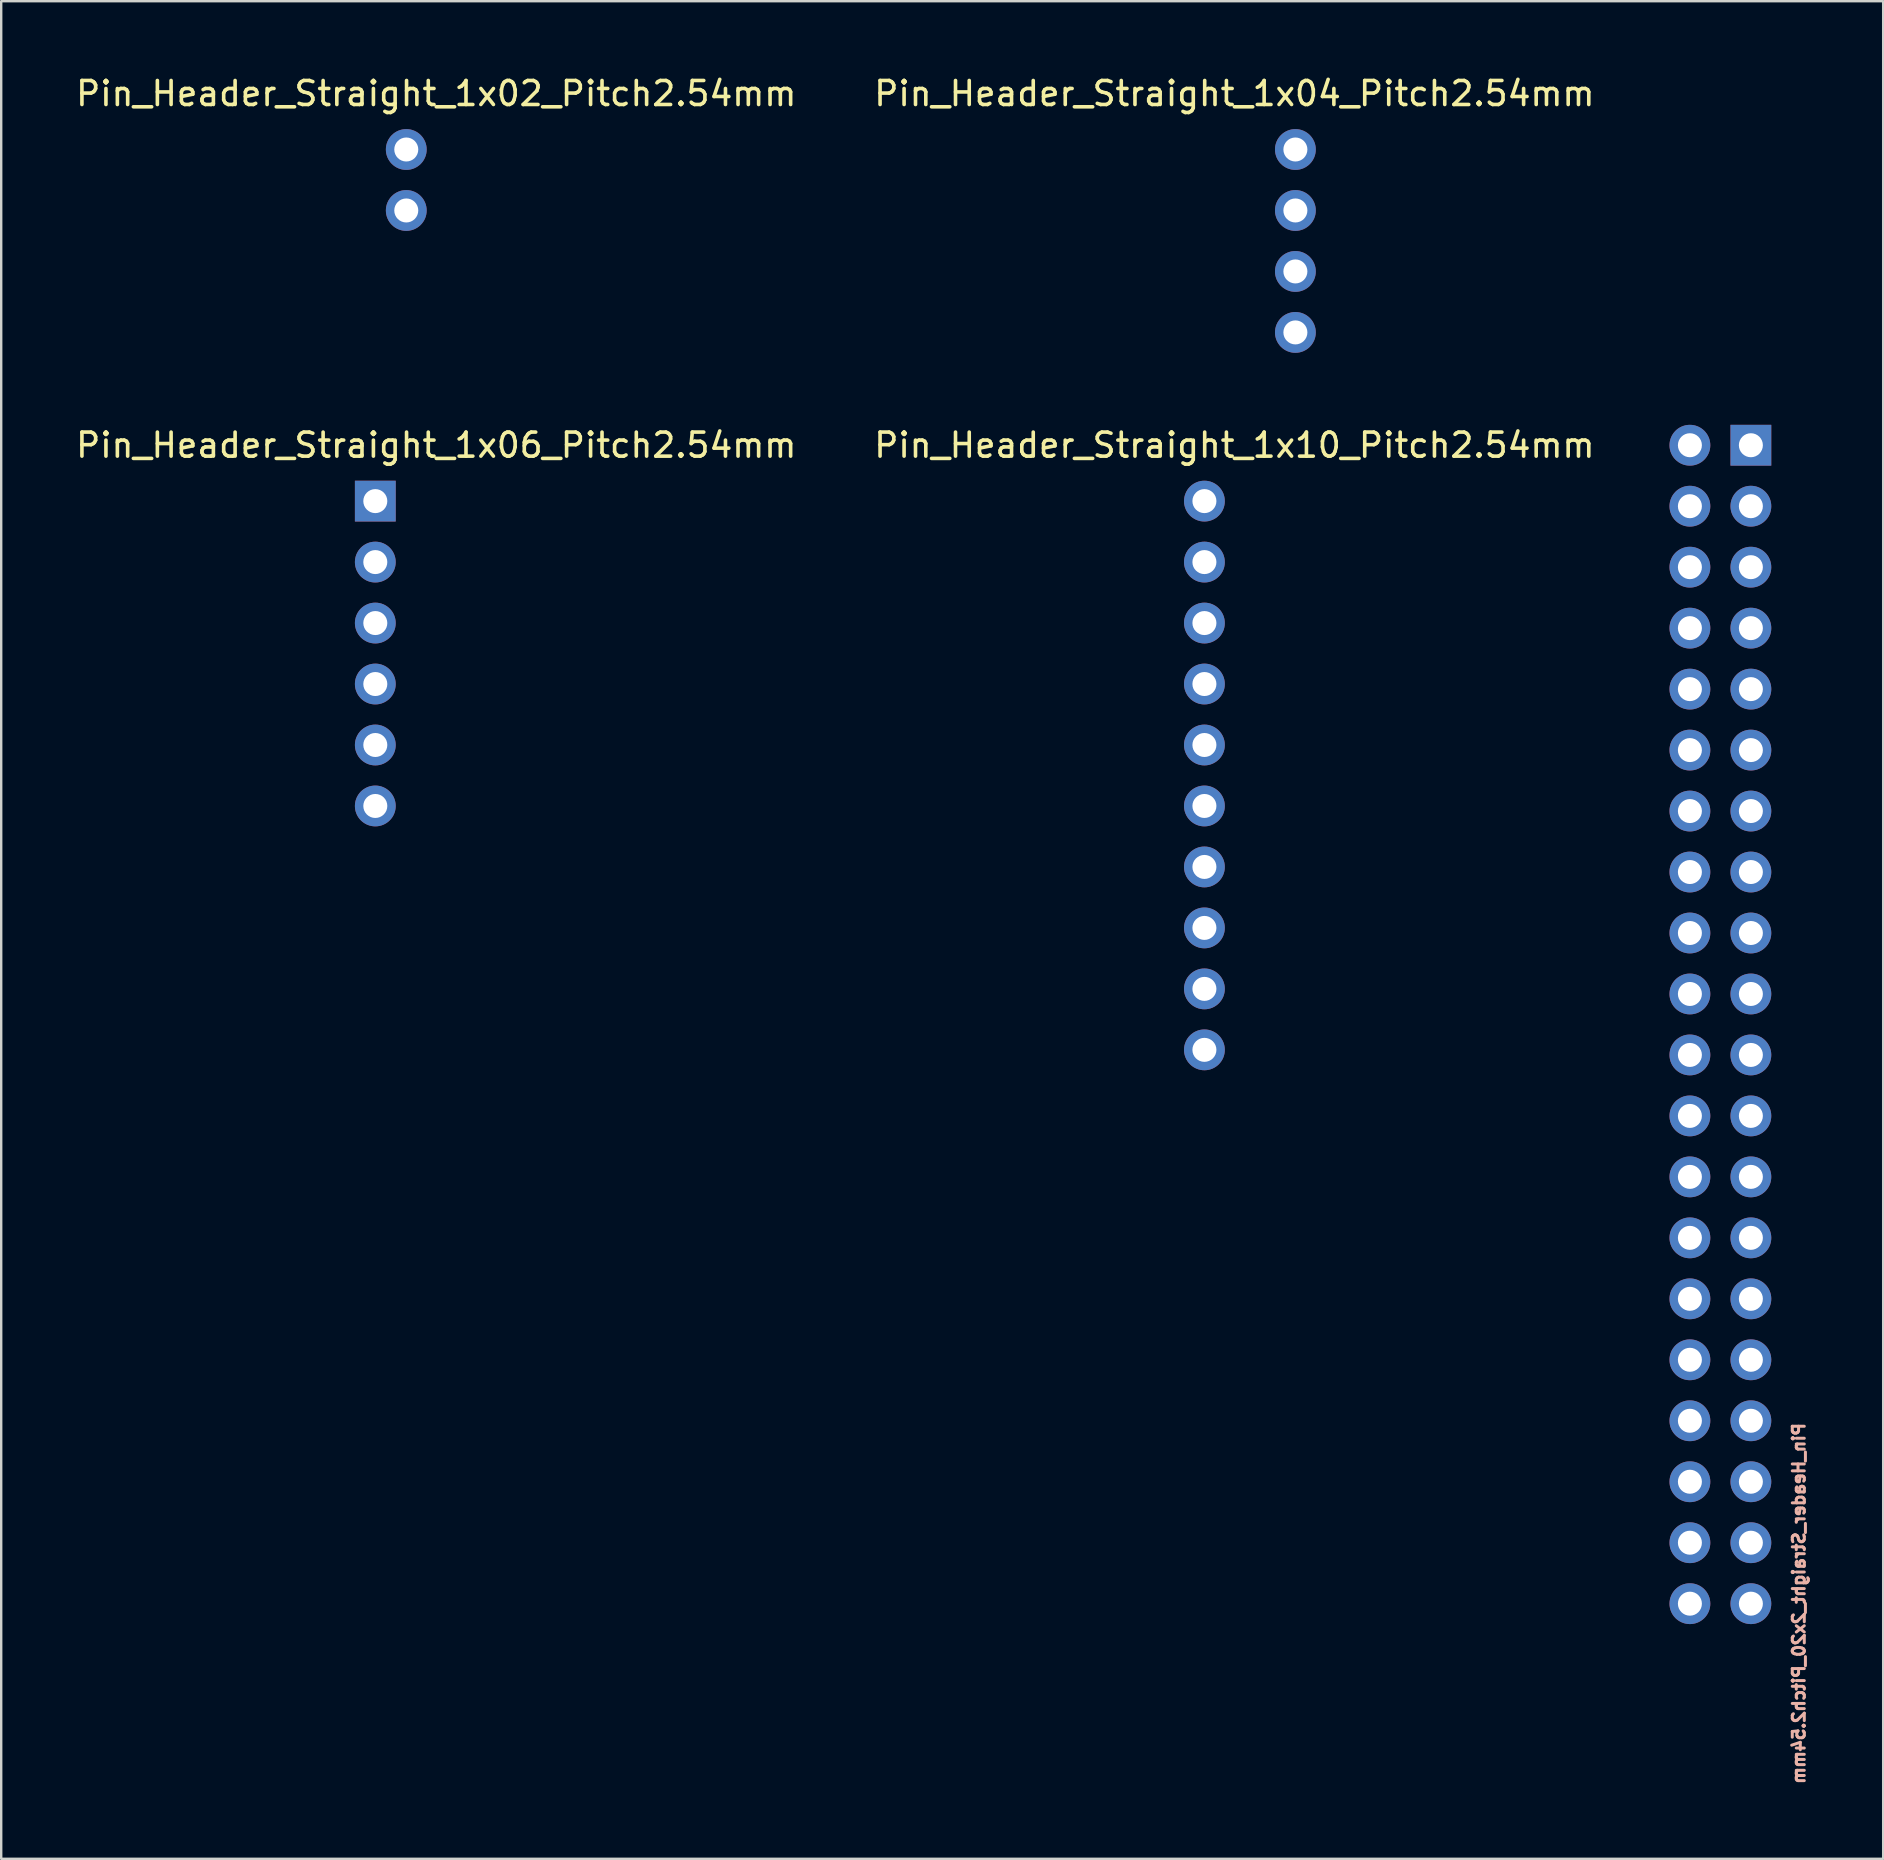
<source format=kicad_pcb>
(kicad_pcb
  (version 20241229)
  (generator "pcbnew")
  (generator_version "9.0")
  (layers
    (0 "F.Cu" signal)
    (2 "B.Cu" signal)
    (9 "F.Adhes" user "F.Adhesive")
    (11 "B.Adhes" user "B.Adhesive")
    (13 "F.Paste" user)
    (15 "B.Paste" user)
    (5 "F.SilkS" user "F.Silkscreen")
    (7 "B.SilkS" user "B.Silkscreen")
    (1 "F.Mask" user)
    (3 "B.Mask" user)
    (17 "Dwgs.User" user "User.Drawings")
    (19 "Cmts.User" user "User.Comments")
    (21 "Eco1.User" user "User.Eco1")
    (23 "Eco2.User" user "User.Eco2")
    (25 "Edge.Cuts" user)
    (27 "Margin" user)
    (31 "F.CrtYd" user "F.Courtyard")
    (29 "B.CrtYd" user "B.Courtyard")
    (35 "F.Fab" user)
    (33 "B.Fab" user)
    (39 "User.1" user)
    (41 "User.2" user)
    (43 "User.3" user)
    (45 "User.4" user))
  (footprint "Pin_Header_Straight_1x06_Pitch2.54mm"
    (layer "F.Cu")
    (at 12.585 17.826)
    (property "Reference" "Pin_Header_Straight_1x06_Pitch2.54mm" (at 2.54 -2.33 0) (layer "F.SilkS") (effects (font (size 1 1) (thickness 0.15))))
    (attr through_hole)
    (pad "1" thru_hole rect (at 0 0) (size 1.7 1.7) (drill 1) (layers "*.Cu" "*.Mask"))
    (pad "2" thru_hole oval (at 0 2.54) (size 1.7 1.7) (drill 1) (layers "*.Cu" "*.Mask"))
    (pad "3" thru_hole oval (at 0 5.08) (size 1.7 1.7) (drill 1) (layers "*.Cu" "*.Mask"))
    (pad "4" thru_hole oval (at 0 7.62) (size 1.7 1.7) (drill 1) (layers "*.Cu" "*.Mask"))
    (pad "5" thru_hole oval (at 0 10.16) (size 1.7 1.7) (drill 1) (layers "*.Cu" "*.Mask"))
    (pad "6" thru_hole oval (at 0 12.7) (size 1.7 1.7) (drill 1) (layers "*.Cu" "*.Mask")))
  (footprint "Pin_Header_Straight_1x02_Pitch2.54mm"
    (layer "F.Cu")
    (at 13.875 3.178)
    (property "Reference" "Pin_Header_Straight_1x02_Pitch2.54mm" (at 1.25 -2.33 0) (layer "F.SilkS") (effects (font (size 1 1) (thickness 0.15))))
    (attr through_hole)
    (pad "1" thru_hole circle (at 0 0) (size 1.7 1.7) (drill 1) (layers "*.Cu" "*.Mask"))
    (pad "2" thru_hole oval (at 0 2.54) (size 1.7 1.7) (drill 1) (layers "*.Cu" "*.Mask")))
  (footprint "Pin_Header_Straight_1x10_Pitch2.54mm"
    (layer "F.Cu")
    (at 47.125 17.826)
    (property "Reference" "Pin_Header_Straight_1x10_Pitch2.54mm" (at 1.25 -2.33 0) (layer "F.SilkS") (effects (font (size 1 1) (thickness 0.15))))
    (attr through_hole)
    (pad "1" thru_hole circle (at 0 0) (size 1.7 1.7) (drill 1) (layers "*.Cu" "*.Mask"))
    (pad "2" thru_hole oval (at 0 2.54) (size 1.7 1.7) (drill 1) (layers "*.Cu" "*.Mask"))
    (pad "3" thru_hole oval (at 0 5.08) (size 1.7 1.7) (drill 1) (layers "*.Cu" "*.Mask"))
    (pad "4" thru_hole oval (at 0 7.62) (size 1.7 1.7) (drill 1) (layers "*.Cu" "*.Mask"))
    (pad "5" thru_hole oval (at 0 10.16) (size 1.7 1.7) (drill 1) (layers "*.Cu" "*.Mask"))
    (pad "6" thru_hole oval (at 0 12.7) (size 1.7 1.7) (drill 1) (layers "*.Cu" "*.Mask"))
    (pad "7" thru_hole oval (at 0 15.24) (size 1.7 1.7) (drill 1) (layers "*.Cu" "*.Mask"))
    (pad "8" thru_hole oval (at 0 17.78) (size 1.7 1.7) (drill 1) (layers "*.Cu" "*.Mask"))
    (pad "9" thru_hole oval (at 0 20.32) (size 1.7 1.7) (drill 1) (layers "*.Cu" "*.Mask"))
    (pad "10" thru_hole oval (at 0 22.86) (size 1.7 1.7) (drill 1) (layers "*.Cu" "*.Mask")))
  (footprint "Pin_Header_Straight_2x20_Pitch2.54mm"
    (layer "F.Cu")
    (at 69.89 15.498)
    (property "Reference" "Pin_Header_Straight_2x20_Pitch2.54mm" (at 2 48.25 270) (layer "B.SilkS") (effects (font (size 0.5 0.5) (thickness 0.125)) (justify mirror)))
    (attr through_hole)
    (pad "1" thru_hole rect (at 0 0) (size 1.7 1.7) (drill 1) (layers "*.Cu" "*.Mask"))
    (pad "2" thru_hole oval (at -2.54 0) (size 1.7 1.7) (drill 1) (layers "*.Cu" "*.Mask"))
    (pad "3" thru_hole oval (at 0 2.54) (size 1.7 1.7) (drill 1) (layers "*.Cu" "*.Mask"))
    (pad "4" thru_hole oval (at -2.54 2.54) (size 1.7 1.7) (drill 1) (layers "*.Cu" "*.Mask"))
    (pad "5" thru_hole oval (at 0 5.08) (size 1.7 1.7) (drill 1) (layers "*.Cu" "*.Mask"))
    (pad "6" thru_hole oval (at -2.54 5.08) (size 1.7 1.7) (drill 1) (layers "*.Cu" "*.Mask"))
    (pad "7" thru_hole oval (at 0 7.62) (size 1.7 1.7) (drill 1) (layers "*.Cu" "*.Mask"))
    (pad "8" thru_hole oval (at -2.54 7.62) (size 1.7 1.7) (drill 1) (layers "*.Cu" "*.Mask"))
    (pad "9" thru_hole oval (at 0 10.16) (size 1.7 1.7) (drill 1) (layers "*.Cu" "*.Mask"))
    (pad "10" thru_hole oval (at -2.54 10.16) (size 1.7 1.7) (drill 1) (layers "*.Cu" "*.Mask"))
    (pad "11" thru_hole oval (at 0 12.7) (size 1.7 1.7) (drill 1) (layers "*.Cu" "*.Mask"))
    (pad "12" thru_hole oval (at -2.54 12.7) (size 1.7 1.7) (drill 1) (layers "*.Cu" "*.Mask"))
    (pad "13" thru_hole oval (at 0 15.24) (size 1.7 1.7) (drill 1) (layers "*.Cu" "*.Mask"))
    (pad "14" thru_hole oval (at -2.54 15.24) (size 1.7 1.7) (drill 1) (layers "*.Cu" "*.Mask"))
    (pad "15" thru_hole oval (at 0 17.78) (size 1.7 1.7) (drill 1) (layers "*.Cu" "*.Mask"))
    (pad "16" thru_hole oval (at -2.54 17.78) (size 1.7 1.7) (drill 1) (layers "*.Cu" "*.Mask"))
    (pad "17" thru_hole oval (at 0 20.32) (size 1.7 1.7) (drill 1) (layers "*.Cu" "*.Mask"))
    (pad "18" thru_hole oval (at -2.54 20.32) (size 1.7 1.7) (drill 1) (layers "*.Cu" "*.Mask"))
    (pad "19" thru_hole oval (at 0 22.86) (size 1.7 1.7) (drill 1) (layers "*.Cu" "*.Mask"))
    (pad "20" thru_hole oval (at -2.54 22.86) (size 1.7 1.7) (drill 1) (layers "*.Cu" "*.Mask"))
    (pad "21" thru_hole oval (at 0 25.4) (size 1.7 1.7) (drill 1) (layers "*.Cu" "*.Mask"))
    (pad "22" thru_hole oval (at -2.54 25.4) (size 1.7 1.7) (drill 1) (layers "*.Cu" "*.Mask"))
    (pad "23" thru_hole oval (at 0 27.94) (size 1.7 1.7) (drill 1) (layers "*.Cu" "*.Mask"))
    (pad "24" thru_hole oval (at -2.54 27.94) (size 1.7 1.7) (drill 1) (layers "*.Cu" "*.Mask"))
    (pad "25" thru_hole oval (at 0 30.48) (size 1.7 1.7) (drill 1) (layers "*.Cu" "*.Mask"))
    (pad "26" thru_hole oval (at -2.54 30.48) (size 1.7 1.7) (drill 1) (layers "*.Cu" "*.Mask"))
    (pad "27" thru_hole oval (at 0 33.02) (size 1.7 1.7) (drill 1) (layers "*.Cu" "*.Mask"))
    (pad "28" thru_hole oval (at -2.54 33.02) (size 1.7 1.7) (drill 1) (layers "*.Cu" "*.Mask"))
    (pad "29" thru_hole oval (at 0 35.56) (size 1.7 1.7) (drill 1) (layers "*.Cu" "*.Mask"))
    (pad "30" thru_hole oval (at -2.54 35.56) (size 1.7 1.7) (drill 1) (layers "*.Cu" "*.Mask"))
    (pad "31" thru_hole oval (at 0 38.1) (size 1.7 1.7) (drill 1) (layers "*.Cu" "*.Mask"))
    (pad "32" thru_hole oval (at -2.54 38.1) (size 1.7 1.7) (drill 1) (layers "*.Cu" "*.Mask"))
    (pad "33" thru_hole oval (at 0 40.64) (size 1.7 1.7) (drill 1) (layers "*.Cu" "*.Mask"))
    (pad "34" thru_hole oval (at -2.54 40.64) (size 1.7 1.7) (drill 1) (layers "*.Cu" "*.Mask"))
    (pad "35" thru_hole oval (at 0 43.18) (size 1.7 1.7) (drill 1) (layers "*.Cu" "*.Mask"))
    (pad "36" thru_hole oval (at -2.54 43.18) (size 1.7 1.7) (drill 1) (layers "*.Cu" "*.Mask"))
    (pad "37" thru_hole oval (at 0 45.72) (size 1.7 1.7) (drill 1) (layers "*.Cu" "*.Mask"))
    (pad "38" thru_hole oval (at -2.54 45.72) (size 1.7 1.7) (drill 1) (layers "*.Cu" "*.Mask"))
    (pad "39" thru_hole oval (at 0 48.26) (size 1.7 1.7) (drill 1) (layers "*.Cu" "*.Mask"))
    (pad "40" thru_hole oval (at -2.54 48.26) (size 1.7 1.7) (drill 1) (layers "*.Cu" "*.Mask")))
  (footprint "Pin_Header_Straight_1x04_Pitch2.54mm"
    (layer "F.Cu")
    (at 50.915 3.178)
    (property "Reference" "Pin_Header_Straight_1x04_Pitch2.54mm" (at -2.54 -2.33 0) (layer "F.SilkS") (effects (font (size 1 1) (thickness 0.15))))
    (attr through_hole)
    (pad "1" thru_hole oval (at 0 0) (size 1.7 1.7) (drill 1) (layers "*.Cu" "*.Mask"))
    (pad "2" thru_hole oval (at 0 2.54) (size 1.7 1.7) (drill 1) (layers "*.Cu" "*.Mask"))
    (pad "3" thru_hole oval (at 0 5.08) (size 1.7 1.7) (drill 1) (layers "*.Cu" "*.Mask"))
    (pad "4" thru_hole oval (at 0 7.62) (size 1.7 1.7) (drill 1) (layers "*.Cu" "*.Mask")))
  (gr_rect
    (start -3 -3)
    (end 75.402 74.386)
    (stroke (width 0.1) (type default))
    (fill no)
    (layer "Edge.Cuts")))
</source>
